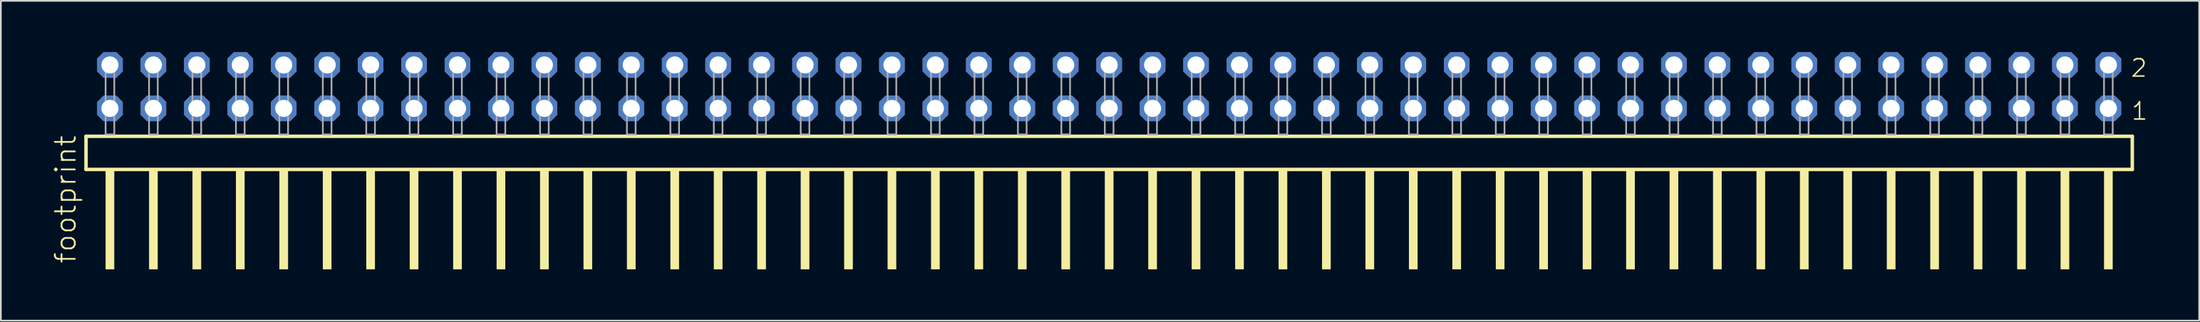
<source format=kicad_pcb>
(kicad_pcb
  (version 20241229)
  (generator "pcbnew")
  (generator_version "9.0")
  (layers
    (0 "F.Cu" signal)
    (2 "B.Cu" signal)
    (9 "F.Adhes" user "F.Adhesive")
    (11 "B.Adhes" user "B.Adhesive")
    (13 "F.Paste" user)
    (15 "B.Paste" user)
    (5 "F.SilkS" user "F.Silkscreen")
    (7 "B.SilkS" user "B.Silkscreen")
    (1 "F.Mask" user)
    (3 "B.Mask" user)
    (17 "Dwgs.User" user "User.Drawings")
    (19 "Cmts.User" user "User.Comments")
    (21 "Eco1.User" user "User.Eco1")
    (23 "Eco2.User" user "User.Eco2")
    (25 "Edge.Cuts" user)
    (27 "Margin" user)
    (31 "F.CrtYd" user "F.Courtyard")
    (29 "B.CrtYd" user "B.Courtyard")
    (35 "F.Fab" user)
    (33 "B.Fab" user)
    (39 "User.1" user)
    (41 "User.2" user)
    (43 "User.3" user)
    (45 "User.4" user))
  (footprint "footprint"
    (layer "F.Cu")
    (at 61.798 4.814)
    (property "Reference" "footprint" (at -60.325 7.62 90) (layer "F.SilkS") (effects (font (size 1.168 1.168) (thickness 0.102)) (justify left bottom)))
    (fp_line (start -59.819 0.106) (end -59.819 2.046) (stroke (width 0.203) (type solid)) (layer "F.SilkS"))
    (fp_line (start -59.819 2.046) (end 59.819 2.046) (stroke (width 0.203) (type solid)) (layer "F.SilkS"))
    (fp_line (start 59.819 0.106) (end -59.819 0.106) (stroke (width 0.203) (type solid)) (layer "F.SilkS"))
    (fp_line (start 59.819 2.046) (end 59.819 0.106) (stroke (width 0.203) (type solid)) (layer "F.SilkS"))
    (fp_poly (pts (xy -58.674 7.89) (xy -58.166 7.89) (xy -58.166 2.04) (xy -58.674 2.04)) (stroke (width 0) (type solid)) (fill yes) (layer "F.SilkS"))
    (fp_poly (pts (xy -56.134 7.89) (xy -55.626 7.89) (xy -55.626 2.04) (xy -56.134 2.04)) (stroke (width 0) (type solid)) (fill yes) (layer "F.SilkS"))
    (fp_poly (pts (xy -53.594 7.89) (xy -53.086 7.89) (xy -53.086 2.04) (xy -53.594 2.04)) (stroke (width 0) (type solid)) (fill yes) (layer "F.SilkS"))
    (fp_poly (pts (xy -51.054 7.89) (xy -50.546 7.89) (xy -50.546 2.04) (xy -51.054 2.04)) (stroke (width 0) (type solid)) (fill yes) (layer "F.SilkS"))
    (fp_poly (pts (xy -48.514 7.89) (xy -48.006 7.89) (xy -48.006 2.04) (xy -48.514 2.04)) (stroke (width 0) (type solid)) (fill yes) (layer "F.SilkS"))
    (fp_poly (pts (xy -45.974 7.89) (xy -45.466 7.89) (xy -45.466 2.04) (xy -45.974 2.04)) (stroke (width 0) (type solid)) (fill yes) (layer "F.SilkS"))
    (fp_poly (pts (xy -43.434 7.89) (xy -42.926 7.89) (xy -42.926 2.04) (xy -43.434 2.04)) (stroke (width 0) (type solid)) (fill yes) (layer "F.SilkS"))
    (fp_poly (pts (xy -40.894 7.89) (xy -40.386 7.89) (xy -40.386 2.04) (xy -40.894 2.04)) (stroke (width 0) (type solid)) (fill yes) (layer "F.SilkS"))
    (fp_poly (pts (xy -38.354 7.89) (xy -37.846 7.89) (xy -37.846 2.04) (xy -38.354 2.04)) (stroke (width 0) (type solid)) (fill yes) (layer "F.SilkS"))
    (fp_poly (pts (xy -35.814 7.89) (xy -35.306 7.89) (xy -35.306 2.04) (xy -35.814 2.04)) (stroke (width 0) (type solid)) (fill yes) (layer "F.SilkS"))
    (fp_poly (pts (xy -33.274 7.89) (xy -32.766 7.89) (xy -32.766 2.04) (xy -33.274 2.04)) (stroke (width 0) (type solid)) (fill yes) (layer "F.SilkS"))
    (fp_poly (pts (xy -30.734 7.89) (xy -30.226 7.89) (xy -30.226 2.04) (xy -30.734 2.04)) (stroke (width 0) (type solid)) (fill yes) (layer "F.SilkS"))
    (fp_poly (pts (xy -28.194 7.89) (xy -27.686 7.89) (xy -27.686 2.04) (xy -28.194 2.04)) (stroke (width 0) (type solid)) (fill yes) (layer "F.SilkS"))
    (fp_poly (pts (xy -25.654 7.89) (xy -25.146 7.89) (xy -25.146 2.04) (xy -25.654 2.04)) (stroke (width 0) (type solid)) (fill yes) (layer "F.SilkS"))
    (fp_poly (pts (xy -23.114 7.89) (xy -22.606 7.89) (xy -22.606 2.04) (xy -23.114 2.04)) (stroke (width 0) (type solid)) (fill yes) (layer "F.SilkS"))
    (fp_poly (pts (xy -20.574 7.89) (xy -20.066 7.89) (xy -20.066 2.04) (xy -20.574 2.04)) (stroke (width 0) (type solid)) (fill yes) (layer "F.SilkS"))
    (fp_poly (pts (xy -18.034 7.89) (xy -17.526 7.89) (xy -17.526 2.04) (xy -18.034 2.04)) (stroke (width 0) (type solid)) (fill yes) (layer "F.SilkS"))
    (fp_poly (pts (xy -15.494 7.89) (xy -14.986 7.89) (xy -14.986 2.04) (xy -15.494 2.04)) (stroke (width 0) (type solid)) (fill yes) (layer "F.SilkS"))
    (fp_poly (pts (xy -12.954 7.89) (xy -12.446 7.89) (xy -12.446 2.04) (xy -12.954 2.04)) (stroke (width 0) (type solid)) (fill yes) (layer "F.SilkS"))
    (fp_poly (pts (xy -10.414 7.89) (xy -9.906 7.89) (xy -9.906 2.04) (xy -10.414 2.04)) (stroke (width 0) (type solid)) (fill yes) (layer "F.SilkS"))
    (fp_poly (pts (xy -7.874 7.89) (xy -7.366 7.89) (xy -7.366 2.04) (xy -7.874 2.04)) (stroke (width 0) (type solid)) (fill yes) (layer "F.SilkS"))
    (fp_poly (pts (xy -5.334 7.89) (xy -4.826 7.89) (xy -4.826 2.04) (xy -5.334 2.04)) (stroke (width 0) (type solid)) (fill yes) (layer "F.SilkS"))
    (fp_poly (pts (xy -2.794 7.89) (xy -2.286 7.89) (xy -2.286 2.04) (xy -2.794 2.04)) (stroke (width 0) (type solid)) (fill yes) (layer "F.SilkS"))
    (fp_poly (pts (xy -0.254 7.89) (xy 0.254 7.89) (xy 0.254 2.04) (xy -0.254 2.04)) (stroke (width 0) (type solid)) (fill yes) (layer "F.SilkS"))
    (fp_poly (pts (xy 2.286 7.89) (xy 2.794 7.89) (xy 2.794 2.04) (xy 2.286 2.04)) (stroke (width 0) (type solid)) (fill yes) (layer "F.SilkS"))
    (fp_poly (pts (xy 4.826 7.89) (xy 5.334 7.89) (xy 5.334 2.04) (xy 4.826 2.04)) (stroke (width 0) (type solid)) (fill yes) (layer "F.SilkS"))
    (fp_poly (pts (xy 7.366 7.89) (xy 7.874 7.89) (xy 7.874 2.04) (xy 7.366 2.04)) (stroke (width 0) (type solid)) (fill yes) (layer "F.SilkS"))
    (fp_poly (pts (xy 9.906 7.89) (xy 10.414 7.89) (xy 10.414 2.04) (xy 9.906 2.04)) (stroke (width 0) (type solid)) (fill yes) (layer "F.SilkS"))
    (fp_poly (pts (xy 12.446 7.89) (xy 12.954 7.89) (xy 12.954 2.04) (xy 12.446 2.04)) (stroke (width 0) (type solid)) (fill yes) (layer "F.SilkS"))
    (fp_poly (pts (xy 14.986 7.89) (xy 15.494 7.89) (xy 15.494 2.04) (xy 14.986 2.04)) (stroke (width 0) (type solid)) (fill yes) (layer "F.SilkS"))
    (fp_poly (pts (xy 17.526 7.89) (xy 18.034 7.89) (xy 18.034 2.04) (xy 17.526 2.04)) (stroke (width 0) (type solid)) (fill yes) (layer "F.SilkS"))
    (fp_poly (pts (xy 20.066 7.89) (xy 20.574 7.89) (xy 20.574 2.04) (xy 20.066 2.04)) (stroke (width 0) (type solid)) (fill yes) (layer "F.SilkS"))
    (fp_poly (pts (xy 22.606 7.89) (xy 23.114 7.89) (xy 23.114 2.04) (xy 22.606 2.04)) (stroke (width 0) (type solid)) (fill yes) (layer "F.SilkS"))
    (fp_poly (pts (xy 25.146 7.89) (xy 25.654 7.89) (xy 25.654 2.04) (xy 25.146 2.04)) (stroke (width 0) (type solid)) (fill yes) (layer "F.SilkS"))
    (fp_poly (pts (xy 27.686 7.89) (xy 28.194 7.89) (xy 28.194 2.04) (xy 27.686 2.04)) (stroke (width 0) (type solid)) (fill yes) (layer "F.SilkS"))
    (fp_poly (pts (xy 30.226 7.89) (xy 30.734 7.89) (xy 30.734 2.04) (xy 30.226 2.04)) (stroke (width 0) (type solid)) (fill yes) (layer "F.SilkS"))
    (fp_poly (pts (xy 32.766 7.89) (xy 33.274 7.89) (xy 33.274 2.04) (xy 32.766 2.04)) (stroke (width 0) (type solid)) (fill yes) (layer "F.SilkS"))
    (fp_poly (pts (xy 35.306 7.89) (xy 35.814 7.89) (xy 35.814 2.04) (xy 35.306 2.04)) (stroke (width 0) (type solid)) (fill yes) (layer "F.SilkS"))
    (fp_poly (pts (xy 37.846 7.89) (xy 38.354 7.89) (xy 38.354 2.04) (xy 37.846 2.04)) (stroke (width 0) (type solid)) (fill yes) (layer "F.SilkS"))
    (fp_poly (pts (xy 40.386 7.89) (xy 40.894 7.89) (xy 40.894 2.04) (xy 40.386 2.04)) (stroke (width 0) (type solid)) (fill yes) (layer "F.SilkS"))
    (fp_poly (pts (xy 42.926 7.89) (xy 43.434 7.89) (xy 43.434 2.04) (xy 42.926 2.04)) (stroke (width 0) (type solid)) (fill yes) (layer "F.SilkS"))
    (fp_poly (pts (xy 45.466 7.89) (xy 45.974 7.89) (xy 45.974 2.04) (xy 45.466 2.04)) (stroke (width 0) (type solid)) (fill yes) (layer "F.SilkS"))
    (fp_poly (pts (xy 48.006 7.89) (xy 48.514 7.89) (xy 48.514 2.04) (xy 48.006 2.04)) (stroke (width 0) (type solid)) (fill yes) (layer "F.SilkS"))
    (fp_poly (pts (xy 50.546 7.89) (xy 51.054 7.89) (xy 51.054 2.04) (xy 50.546 2.04)) (stroke (width 0) (type solid)) (fill yes) (layer "F.SilkS"))
    (fp_poly (pts (xy 53.086 7.89) (xy 53.594 7.89) (xy 53.594 2.04) (xy 53.086 2.04)) (stroke (width 0) (type solid)) (fill yes) (layer "F.SilkS"))
    (fp_poly (pts (xy 55.626 7.89) (xy 56.134 7.89) (xy 56.134 2.04) (xy 55.626 2.04)) (stroke (width 0) (type solid)) (fill yes) (layer "F.SilkS"))
    (fp_poly (pts (xy 58.166 7.89) (xy 58.674 7.89) (xy 58.674 2.04) (xy 58.166 2.04)) (stroke (width 0) (type solid)) (fill yes) (layer "F.SilkS"))
    (fp_poly (pts (xy -58.674 0) (xy -58.166 0) (xy -58.166 -4.318) (xy -58.674 -4.318)) (stroke (width 0.1) (type solid)) (fill no) (layer "F.Fab"))
    (fp_poly (pts (xy -56.134 0) (xy -55.626 0) (xy -55.626 -4.318) (xy -56.134 -4.318)) (stroke (width 0.1) (type solid)) (fill no) (layer "F.Fab"))
    (fp_poly (pts (xy -53.594 0) (xy -53.086 0) (xy -53.086 -4.318) (xy -53.594 -4.318)) (stroke (width 0.1) (type solid)) (fill no) (layer "F.Fab"))
    (fp_poly (pts (xy -51.054 0) (xy -50.546 0) (xy -50.546 -4.318) (xy -51.054 -4.318)) (stroke (width 0.1) (type solid)) (fill no) (layer "F.Fab"))
    (fp_poly (pts (xy -48.514 0) (xy -48.006 0) (xy -48.006 -4.318) (xy -48.514 -4.318)) (stroke (width 0.1) (type solid)) (fill no) (layer "F.Fab"))
    (fp_poly (pts (xy -45.974 0) (xy -45.466 0) (xy -45.466 -4.318) (xy -45.974 -4.318)) (stroke (width 0.1) (type solid)) (fill no) (layer "F.Fab"))
    (fp_poly (pts (xy -43.434 0) (xy -42.926 0) (xy -42.926 -4.318) (xy -43.434 -4.318)) (stroke (width 0.1) (type solid)) (fill no) (layer "F.Fab"))
    (fp_poly (pts (xy -40.894 0) (xy -40.386 0) (xy -40.386 -4.318) (xy -40.894 -4.318)) (stroke (width 0.1) (type solid)) (fill no) (layer "F.Fab"))
    (fp_poly (pts (xy -38.354 0) (xy -37.846 0) (xy -37.846 -4.318) (xy -38.354 -4.318)) (stroke (width 0.1) (type solid)) (fill no) (layer "F.Fab"))
    (fp_poly (pts (xy -35.814 0) (xy -35.306 0) (xy -35.306 -4.318) (xy -35.814 -4.318)) (stroke (width 0.1) (type solid)) (fill no) (layer "F.Fab"))
    (fp_poly (pts (xy -33.274 0) (xy -32.766 0) (xy -32.766 -4.318) (xy -33.274 -4.318)) (stroke (width 0.1) (type solid)) (fill no) (layer "F.Fab"))
    (fp_poly (pts (xy -30.734 0) (xy -30.226 0) (xy -30.226 -4.318) (xy -30.734 -4.318)) (stroke (width 0.1) (type solid)) (fill no) (layer "F.Fab"))
    (fp_poly (pts (xy -28.194 0) (xy -27.686 0) (xy -27.686 -4.318) (xy -28.194 -4.318)) (stroke (width 0.1) (type solid)) (fill no) (layer "F.Fab"))
    (fp_poly (pts (xy -25.654 0) (xy -25.146 0) (xy -25.146 -4.318) (xy -25.654 -4.318)) (stroke (width 0.1) (type solid)) (fill no) (layer "F.Fab"))
    (fp_poly (pts (xy -23.114 0) (xy -22.606 0) (xy -22.606 -4.318) (xy -23.114 -4.318)) (stroke (width 0.1) (type solid)) (fill no) (layer "F.Fab"))
    (fp_poly (pts (xy -20.574 0) (xy -20.066 0) (xy -20.066 -4.318) (xy -20.574 -4.318)) (stroke (width 0.1) (type solid)) (fill no) (layer "F.Fab"))
    (fp_poly (pts (xy -18.034 0) (xy -17.526 0) (xy -17.526 -4.318) (xy -18.034 -4.318)) (stroke (width 0.1) (type solid)) (fill no) (layer "F.Fab"))
    (fp_poly (pts (xy -15.494 0) (xy -14.986 0) (xy -14.986 -4.318) (xy -15.494 -4.318)) (stroke (width 0.1) (type solid)) (fill no) (layer "F.Fab"))
    (fp_poly (pts (xy -12.954 0) (xy -12.446 0) (xy -12.446 -4.318) (xy -12.954 -4.318)) (stroke (width 0.1) (type solid)) (fill no) (layer "F.Fab"))
    (fp_poly (pts (xy -10.414 0) (xy -9.906 0) (xy -9.906 -4.318) (xy -10.414 -4.318)) (stroke (width 0.1) (type solid)) (fill no) (layer "F.Fab"))
    (fp_poly (pts (xy -7.874 0) (xy -7.366 0) (xy -7.366 -4.318) (xy -7.874 -4.318)) (stroke (width 0.1) (type solid)) (fill no) (layer "F.Fab"))
    (fp_poly (pts (xy -5.334 0) (xy -4.826 0) (xy -4.826 -4.318) (xy -5.334 -4.318)) (stroke (width 0.1) (type solid)) (fill no) (layer "F.Fab"))
    (fp_poly (pts (xy -2.794 0) (xy -2.286 0) (xy -2.286 -4.318) (xy -2.794 -4.318)) (stroke (width 0.1) (type solid)) (fill no) (layer "F.Fab"))
    (fp_poly (pts (xy -0.254 0) (xy 0.254 0) (xy 0.254 -4.318) (xy -0.254 -4.318)) (stroke (width 0.1) (type solid)) (fill no) (layer "F.Fab"))
    (fp_poly (pts (xy 2.286 0) (xy 2.794 0) (xy 2.794 -4.318) (xy 2.286 -4.318)) (stroke (width 0.1) (type solid)) (fill no) (layer "F.Fab"))
    (fp_poly (pts (xy 4.826 0) (xy 5.334 0) (xy 5.334 -4.318) (xy 4.826 -4.318)) (stroke (width 0.1) (type solid)) (fill no) (layer "F.Fab"))
    (fp_poly (pts (xy 7.366 0) (xy 7.874 0) (xy 7.874 -4.318) (xy 7.366 -4.318)) (stroke (width 0.1) (type solid)) (fill no) (layer "F.Fab"))
    (fp_poly (pts (xy 9.906 0) (xy 10.414 0) (xy 10.414 -4.318) (xy 9.906 -4.318)) (stroke (width 0.1) (type solid)) (fill no) (layer "F.Fab"))
    (fp_poly (pts (xy 12.446 0) (xy 12.954 0) (xy 12.954 -4.318) (xy 12.446 -4.318)) (stroke (width 0.1) (type solid)) (fill no) (layer "F.Fab"))
    (fp_poly (pts (xy 14.986 0) (xy 15.494 0) (xy 15.494 -4.318) (xy 14.986 -4.318)) (stroke (width 0.1) (type solid)) (fill no) (layer "F.Fab"))
    (fp_poly (pts (xy 17.526 0) (xy 18.034 0) (xy 18.034 -4.318) (xy 17.526 -4.318)) (stroke (width 0.1) (type solid)) (fill no) (layer "F.Fab"))
    (fp_poly (pts (xy 20.066 0) (xy 20.574 0) (xy 20.574 -4.318) (xy 20.066 -4.318)) (stroke (width 0.1) (type solid)) (fill no) (layer "F.Fab"))
    (fp_poly (pts (xy 22.606 0) (xy 23.114 0) (xy 23.114 -4.318) (xy 22.606 -4.318)) (stroke (width 0.1) (type solid)) (fill no) (layer "F.Fab"))
    (fp_poly (pts (xy 25.146 0) (xy 25.654 0) (xy 25.654 -4.318) (xy 25.146 -4.318)) (stroke (width 0.1) (type solid)) (fill no) (layer "F.Fab"))
    (fp_poly (pts (xy 27.686 0) (xy 28.194 0) (xy 28.194 -4.318) (xy 27.686 -4.318)) (stroke (width 0.1) (type solid)) (fill no) (layer "F.Fab"))
    (fp_poly (pts (xy 30.226 0) (xy 30.734 0) (xy 30.734 -4.318) (xy 30.226 -4.318)) (stroke (width 0.1) (type solid)) (fill no) (layer "F.Fab"))
    (fp_poly (pts (xy 32.766 0) (xy 33.274 0) (xy 33.274 -4.318) (xy 32.766 -4.318)) (stroke (width 0.1) (type solid)) (fill no) (layer "F.Fab"))
    (fp_poly (pts (xy 35.306 0) (xy 35.814 0) (xy 35.814 -4.318) (xy 35.306 -4.318)) (stroke (width 0.1) (type solid)) (fill no) (layer "F.Fab"))
    (fp_poly (pts (xy 37.846 0) (xy 38.354 0) (xy 38.354 -4.318) (xy 37.846 -4.318)) (stroke (width 0.1) (type solid)) (fill no) (layer "F.Fab"))
    (fp_poly (pts (xy 40.386 0) (xy 40.894 0) (xy 40.894 -4.318) (xy 40.386 -4.318)) (stroke (width 0.1) (type solid)) (fill no) (layer "F.Fab"))
    (fp_poly (pts (xy 42.926 0) (xy 43.434 0) (xy 43.434 -4.318) (xy 42.926 -4.318)) (stroke (width 0.1) (type solid)) (fill no) (layer "F.Fab"))
    (fp_poly (pts (xy 45.466 0) (xy 45.974 0) (xy 45.974 -4.318) (xy 45.466 -4.318)) (stroke (width 0.1) (type solid)) (fill no) (layer "F.Fab"))
    (fp_poly (pts (xy 48.006 0) (xy 48.514 0) (xy 48.514 -4.318) (xy 48.006 -4.318)) (stroke (width 0.1) (type solid)) (fill no) (layer "F.Fab"))
    (fp_poly (pts (xy 50.546 0) (xy 51.054 0) (xy 51.054 -4.318) (xy 50.546 -4.318)) (stroke (width 0.1) (type solid)) (fill no) (layer "F.Fab"))
    (fp_poly (pts (xy 53.086 0) (xy 53.594 0) (xy 53.594 -4.318) (xy 53.086 -4.318)) (stroke (width 0.1) (type solid)) (fill no) (layer "F.Fab"))
    (fp_poly (pts (xy 55.626 0) (xy 56.134 0) (xy 56.134 -4.318) (xy 55.626 -4.318)) (stroke (width 0.1) (type solid)) (fill no) (layer "F.Fab"))
    (fp_poly (pts (xy 58.166 0) (xy 58.674 0) (xy 58.674 -4.318) (xy 58.166 -4.318)) (stroke (width 0.1) (type solid)) (fill no) (layer "F.Fab"))
    (fp_text user "1" (at 59.705 -0.775 0) (layer "F.SilkS") (effects (font (size 1.012 1.012) (thickness 0.088)) (justify left bottom)))
    (fp_text user "2" (at 59.67 -3.29 0) (layer "F.SilkS") (effects (font (size 1.012 1.012) (thickness 0.088)) (justify left bottom)))
    (pad "1" thru_hole roundrect (at 58.42 -1.524 180) (size 1.5 1.5) (drill 1) (layers "*.Cu" "*.Mask") (roundrect_rratio 0.25) (chamfer_ratio 0.25) (chamfer top_left top_right bottom_left bottom_right))
    (pad "2" thru_hole roundrect (at 58.42 -4.064 180) (size 1.5 1.5) (drill 1) (layers "*.Cu" "*.Mask") (roundrect_rratio 0.25) (chamfer_ratio 0.25) (chamfer top_left top_right bottom_left bottom_right))
    (pad "3" thru_hole roundrect (at 55.88 -1.524 180) (size 1.5 1.5) (drill 1) (layers "*.Cu" "*.Mask") (roundrect_rratio 0.25) (chamfer_ratio 0.25) (chamfer top_left top_right bottom_left bottom_right))
    (pad "4" thru_hole roundrect (at 55.88 -4.064 180) (size 1.5 1.5) (drill 1) (layers "*.Cu" "*.Mask") (roundrect_rratio 0.25) (chamfer_ratio 0.25) (chamfer top_left top_right bottom_left bottom_right))
    (pad "5" thru_hole roundrect (at 53.34 -1.524 180) (size 1.5 1.5) (drill 1) (layers "*.Cu" "*.Mask") (roundrect_rratio 0.25) (chamfer_ratio 0.25) (chamfer top_left top_right bottom_left bottom_right))
    (pad "6" thru_hole roundrect (at 53.34 -4.064 180) (size 1.5 1.5) (drill 1) (layers "*.Cu" "*.Mask") (roundrect_rratio 0.25) (chamfer_ratio 0.25) (chamfer top_left top_right bottom_left bottom_right))
    (pad "7" thru_hole roundrect (at 50.8 -1.524 180) (size 1.5 1.5) (drill 1) (layers "*.Cu" "*.Mask") (roundrect_rratio 0.25) (chamfer_ratio 0.25) (chamfer top_left top_right bottom_left bottom_right))
    (pad "8" thru_hole roundrect (at 50.8 -4.064 180) (size 1.5 1.5) (drill 1) (layers "*.Cu" "*.Mask") (roundrect_rratio 0.25) (chamfer_ratio 0.25) (chamfer top_left top_right bottom_left bottom_right))
    (pad "9" thru_hole roundrect (at 48.26 -1.524 180) (size 1.5 1.5) (drill 1) (layers "*.Cu" "*.Mask") (roundrect_rratio 0.25) (chamfer_ratio 0.25) (chamfer top_left top_right bottom_left bottom_right))
    (pad "10" thru_hole roundrect (at 48.26 -4.064 180) (size 1.5 1.5) (drill 1) (layers "*.Cu" "*.Mask") (roundrect_rratio 0.25) (chamfer_ratio 0.25) (chamfer top_left top_right bottom_left bottom_right))
    (pad "11" thru_hole roundrect (at 45.72 -1.524 180) (size 1.5 1.5) (drill 1) (layers "*.Cu" "*.Mask") (roundrect_rratio 0.25) (chamfer_ratio 0.25) (chamfer top_left top_right bottom_left bottom_right))
    (pad "12" thru_hole roundrect (at 45.72 -4.064 180) (size 1.5 1.5) (drill 1) (layers "*.Cu" "*.Mask") (roundrect_rratio 0.25) (chamfer_ratio 0.25) (chamfer top_left top_right bottom_left bottom_right))
    (pad "13" thru_hole roundrect (at 43.18 -1.524 180) (size 1.5 1.5) (drill 1) (layers "*.Cu" "*.Mask") (roundrect_rratio 0.25) (chamfer_ratio 0.25) (chamfer top_left top_right bottom_left bottom_right))
    (pad "14" thru_hole roundrect (at 43.18 -4.064 180) (size 1.5 1.5) (drill 1) (layers "*.Cu" "*.Mask") (roundrect_rratio 0.25) (chamfer_ratio 0.25) (chamfer top_left top_right bottom_left bottom_right))
    (pad "15" thru_hole roundrect (at 40.64 -1.524 180) (size 1.5 1.5) (drill 1) (layers "*.Cu" "*.Mask") (roundrect_rratio 0.25) (chamfer_ratio 0.25) (chamfer top_left top_right bottom_left bottom_right))
    (pad "16" thru_hole roundrect (at 40.64 -4.064 180) (size 1.5 1.5) (drill 1) (layers "*.Cu" "*.Mask") (roundrect_rratio 0.25) (chamfer_ratio 0.25) (chamfer top_left top_right bottom_left bottom_right))
    (pad "17" thru_hole roundrect (at 38.1 -1.524 180) (size 1.5 1.5) (drill 1) (layers "*.Cu" "*.Mask") (roundrect_rratio 0.25) (chamfer_ratio 0.25) (chamfer top_left top_right bottom_left bottom_right))
    (pad "18" thru_hole roundrect (at 38.1 -4.064 180) (size 1.5 1.5) (drill 1) (layers "*.Cu" "*.Mask") (roundrect_rratio 0.25) (chamfer_ratio 0.25) (chamfer top_left top_right bottom_left bottom_right))
    (pad "19" thru_hole roundrect (at 35.56 -1.524 180) (size 1.5 1.5) (drill 1) (layers "*.Cu" "*.Mask") (roundrect_rratio 0.25) (chamfer_ratio 0.25) (chamfer top_left top_right bottom_left bottom_right))
    (pad "20" thru_hole roundrect (at 35.56 -4.064 180) (size 1.5 1.5) (drill 1) (layers "*.Cu" "*.Mask") (roundrect_rratio 0.25) (chamfer_ratio 0.25) (chamfer top_left top_right bottom_left bottom_right))
    (pad "21" thru_hole roundrect (at 33.02 -1.524 180) (size 1.5 1.5) (drill 1) (layers "*.Cu" "*.Mask") (roundrect_rratio 0.25) (chamfer_ratio 0.25) (chamfer top_left top_right bottom_left bottom_right))
    (pad "22" thru_hole roundrect (at 33.02 -4.064 180) (size 1.5 1.5) (drill 1) (layers "*.Cu" "*.Mask") (roundrect_rratio 0.25) (chamfer_ratio 0.25) (chamfer top_left top_right bottom_left bottom_right))
    (pad "23" thru_hole roundrect (at 30.48 -1.524 180) (size 1.5 1.5) (drill 1) (layers "*.Cu" "*.Mask") (roundrect_rratio 0.25) (chamfer_ratio 0.25) (chamfer top_left top_right bottom_left bottom_right))
    (pad "24" thru_hole roundrect (at 30.48 -4.064 180) (size 1.5 1.5) (drill 1) (layers "*.Cu" "*.Mask") (roundrect_rratio 0.25) (chamfer_ratio 0.25) (chamfer top_left top_right bottom_left bottom_right))
    (pad "25" thru_hole roundrect (at 27.94 -1.524 180) (size 1.5 1.5) (drill 1) (layers "*.Cu" "*.Mask") (roundrect_rratio 0.25) (chamfer_ratio 0.25) (chamfer top_left top_right bottom_left bottom_right))
    (pad "26" thru_hole roundrect (at 27.94 -4.064 180) (size 1.5 1.5) (drill 1) (layers "*.Cu" "*.Mask") (roundrect_rratio 0.25) (chamfer_ratio 0.25) (chamfer top_left top_right bottom_left bottom_right))
    (pad "27" thru_hole roundrect (at 25.4 -1.524 180) (size 1.5 1.5) (drill 1) (layers "*.Cu" "*.Mask") (roundrect_rratio 0.25) (chamfer_ratio 0.25) (chamfer top_left top_right bottom_left bottom_right))
    (pad "28" thru_hole roundrect (at 25.4 -4.064 180) (size 1.5 1.5) (drill 1) (layers "*.Cu" "*.Mask") (roundrect_rratio 0.25) (chamfer_ratio 0.25) (chamfer top_left top_right bottom_left bottom_right))
    (pad "29" thru_hole roundrect (at 22.86 -1.524 180) (size 1.5 1.5) (drill 1) (layers "*.Cu" "*.Mask") (roundrect_rratio 0.25) (chamfer_ratio 0.25) (chamfer top_left top_right bottom_left bottom_right))
    (pad "30" thru_hole roundrect (at 22.86 -4.064 180) (size 1.5 1.5) (drill 1) (layers "*.Cu" "*.Mask") (roundrect_rratio 0.25) (chamfer_ratio 0.25) (chamfer top_left top_right bottom_left bottom_right))
    (pad "31" thru_hole roundrect (at 20.32 -1.524 180) (size 1.5 1.5) (drill 1) (layers "*.Cu" "*.Mask") (roundrect_rratio 0.25) (chamfer_ratio 0.25) (chamfer top_left top_right bottom_left bottom_right))
    (pad "32" thru_hole roundrect (at 20.32 -4.064 180) (size 1.5 1.5) (drill 1) (layers "*.Cu" "*.Mask") (roundrect_rratio 0.25) (chamfer_ratio 0.25) (chamfer top_left top_right bottom_left bottom_right))
    (pad "33" thru_hole roundrect (at 17.78 -1.524 180) (size 1.5 1.5) (drill 1) (layers "*.Cu" "*.Mask") (roundrect_rratio 0.25) (chamfer_ratio 0.25) (chamfer top_left top_right bottom_left bottom_right))
    (pad "34" thru_hole roundrect (at 17.78 -4.064 180) (size 1.5 1.5) (drill 1) (layers "*.Cu" "*.Mask") (roundrect_rratio 0.25) (chamfer_ratio 0.25) (chamfer top_left top_right bottom_left bottom_right))
    (pad "35" thru_hole roundrect (at 15.24 -1.524 180) (size 1.5 1.5) (drill 1) (layers "*.Cu" "*.Mask") (roundrect_rratio 0.25) (chamfer_ratio 0.25) (chamfer top_left top_right bottom_left bottom_right))
    (pad "36" thru_hole roundrect (at 15.24 -4.064 180) (size 1.5 1.5) (drill 1) (layers "*.Cu" "*.Mask") (roundrect_rratio 0.25) (chamfer_ratio 0.25) (chamfer top_left top_right bottom_left bottom_right))
    (pad "37" thru_hole roundrect (at 12.7 -1.524 180) (size 1.5 1.5) (drill 1) (layers "*.Cu" "*.Mask") (roundrect_rratio 0.25) (chamfer_ratio 0.25) (chamfer top_left top_right bottom_left bottom_right))
    (pad "38" thru_hole roundrect (at 12.7 -4.064 180) (size 1.5 1.5) (drill 1) (layers "*.Cu" "*.Mask") (roundrect_rratio 0.25) (chamfer_ratio 0.25) (chamfer top_left top_right bottom_left bottom_right))
    (pad "39" thru_hole roundrect (at 10.16 -1.524 180) (size 1.5 1.5) (drill 1) (layers "*.Cu" "*.Mask") (roundrect_rratio 0.25) (chamfer_ratio 0.25) (chamfer top_left top_right bottom_left bottom_right))
    (pad "40" thru_hole roundrect (at 10.16 -4.064 180) (size 1.5 1.5) (drill 1) (layers "*.Cu" "*.Mask") (roundrect_rratio 0.25) (chamfer_ratio 0.25) (chamfer top_left top_right bottom_left bottom_right))
    (pad "41" thru_hole roundrect (at 7.62 -1.524 180) (size 1.5 1.5) (drill 1) (layers "*.Cu" "*.Mask") (roundrect_rratio 0.25) (chamfer_ratio 0.25) (chamfer top_left top_right bottom_left bottom_right))
    (pad "42" thru_hole roundrect (at 7.62 -4.064 180) (size 1.5 1.5) (drill 1) (layers "*.Cu" "*.Mask") (roundrect_rratio 0.25) (chamfer_ratio 0.25) (chamfer top_left top_right bottom_left bottom_right))
    (pad "43" thru_hole roundrect (at 5.08 -1.524 180) (size 1.5 1.5) (drill 1) (layers "*.Cu" "*.Mask") (roundrect_rratio 0.25) (chamfer_ratio 0.25) (chamfer top_left top_right bottom_left bottom_right))
    (pad "44" thru_hole roundrect (at 5.08 -4.064 180) (size 1.5 1.5) (drill 1) (layers "*.Cu" "*.Mask") (roundrect_rratio 0.25) (chamfer_ratio 0.25) (chamfer top_left top_right bottom_left bottom_right))
    (pad "45" thru_hole roundrect (at 2.54 -1.524 180) (size 1.5 1.5) (drill 1) (layers "*.Cu" "*.Mask") (roundrect_rratio 0.25) (chamfer_ratio 0.25) (chamfer top_left top_right bottom_left bottom_right))
    (pad "46" thru_hole roundrect (at 2.54 -4.064 180) (size 1.5 1.5) (drill 1) (layers "*.Cu" "*.Mask") (roundrect_rratio 0.25) (chamfer_ratio 0.25) (chamfer top_left top_right bottom_left bottom_right))
    (pad "47" thru_hole roundrect (at 0 -1.524 180) (size 1.5 1.5) (drill 1) (layers "*.Cu" "*.Mask") (roundrect_rratio 0.25) (chamfer_ratio 0.25) (chamfer top_left top_right bottom_left bottom_right))
    (pad "48" thru_hole roundrect (at 0 -4.064 180) (size 1.5 1.5) (drill 1) (layers "*.Cu" "*.Mask") (roundrect_rratio 0.25) (chamfer_ratio 0.25) (chamfer top_left top_right bottom_left bottom_right))
    (pad "49" thru_hole roundrect (at -2.54 -1.524 180) (size 1.5 1.5) (drill 1) (layers "*.Cu" "*.Mask") (roundrect_rratio 0.25) (chamfer_ratio 0.25) (chamfer top_left top_right bottom_left bottom_right))
    (pad "50" thru_hole roundrect (at -2.54 -4.064 180) (size 1.5 1.5) (drill 1) (layers "*.Cu" "*.Mask") (roundrect_rratio 0.25) (chamfer_ratio 0.25) (chamfer top_left top_right bottom_left bottom_right))
    (pad "51" thru_hole roundrect (at -5.08 -1.524 180) (size 1.5 1.5) (drill 1) (layers "*.Cu" "*.Mask") (roundrect_rratio 0.25) (chamfer_ratio 0.25) (chamfer top_left top_right bottom_left bottom_right))
    (pad "52" thru_hole roundrect (at -5.08 -4.064 180) (size 1.5 1.5) (drill 1) (layers "*.Cu" "*.Mask") (roundrect_rratio 0.25) (chamfer_ratio 0.25) (chamfer top_left top_right bottom_left bottom_right))
    (pad "53" thru_hole roundrect (at -7.62 -1.524 180) (size 1.5 1.5) (drill 1) (layers "*.Cu" "*.Mask") (roundrect_rratio 0.25) (chamfer_ratio 0.25) (chamfer top_left top_right bottom_left bottom_right))
    (pad "54" thru_hole roundrect (at -7.62 -4.064 180) (size 1.5 1.5) (drill 1) (layers "*.Cu" "*.Mask") (roundrect_rratio 0.25) (chamfer_ratio 0.25) (chamfer top_left top_right bottom_left bottom_right))
    (pad "55" thru_hole roundrect (at -10.16 -1.524 180) (size 1.5 1.5) (drill 1) (layers "*.Cu" "*.Mask") (roundrect_rratio 0.25) (chamfer_ratio 0.25) (chamfer top_left top_right bottom_left bottom_right))
    (pad "56" thru_hole roundrect (at -10.16 -4.064 180) (size 1.5 1.5) (drill 1) (layers "*.Cu" "*.Mask") (roundrect_rratio 0.25) (chamfer_ratio 0.25) (chamfer top_left top_right bottom_left bottom_right))
    (pad "57" thru_hole roundrect (at -12.7 -1.524 180) (size 1.5 1.5) (drill 1) (layers "*.Cu" "*.Mask") (roundrect_rratio 0.25) (chamfer_ratio 0.25) (chamfer top_left top_right bottom_left bottom_right))
    (pad "58" thru_hole roundrect (at -12.7 -4.064 180) (size 1.5 1.5) (drill 1) (layers "*.Cu" "*.Mask") (roundrect_rratio 0.25) (chamfer_ratio 0.25) (chamfer top_left top_right bottom_left bottom_right))
    (pad "59" thru_hole roundrect (at -15.24 -1.524 180) (size 1.5 1.5) (drill 1) (layers "*.Cu" "*.Mask") (roundrect_rratio 0.25) (chamfer_ratio 0.25) (chamfer top_left top_right bottom_left bottom_right))
    (pad "60" thru_hole roundrect (at -15.24 -4.064 180) (size 1.5 1.5) (drill 1) (layers "*.Cu" "*.Mask") (roundrect_rratio 0.25) (chamfer_ratio 0.25) (chamfer top_left top_right bottom_left bottom_right))
    (pad "61" thru_hole roundrect (at -17.78 -1.524 180) (size 1.5 1.5) (drill 1) (layers "*.Cu" "*.Mask") (roundrect_rratio 0.25) (chamfer_ratio 0.25) (chamfer top_left top_right bottom_left bottom_right))
    (pad "62" thru_hole roundrect (at -17.78 -4.064 180) (size 1.5 1.5) (drill 1) (layers "*.Cu" "*.Mask") (roundrect_rratio 0.25) (chamfer_ratio 0.25) (chamfer top_left top_right bottom_left bottom_right))
    (pad "63" thru_hole roundrect (at -20.32 -1.524 180) (size 1.5 1.5) (drill 1) (layers "*.Cu" "*.Mask") (roundrect_rratio 0.25) (chamfer_ratio 0.25) (chamfer top_left top_right bottom_left bottom_right))
    (pad "64" thru_hole roundrect (at -20.32 -4.064 180) (size 1.5 1.5) (drill 1) (layers "*.Cu" "*.Mask") (roundrect_rratio 0.25) (chamfer_ratio 0.25) (chamfer top_left top_right bottom_left bottom_right))
    (pad "65" thru_hole roundrect (at -22.86 -1.524 180) (size 1.5 1.5) (drill 1) (layers "*.Cu" "*.Mask") (roundrect_rratio 0.25) (chamfer_ratio 0.25) (chamfer top_left top_right bottom_left bottom_right))
    (pad "66" thru_hole roundrect (at -22.86 -4.064 180) (size 1.5 1.5) (drill 1) (layers "*.Cu" "*.Mask") (roundrect_rratio 0.25) (chamfer_ratio 0.25) (chamfer top_left top_right bottom_left bottom_right))
    (pad "67" thru_hole roundrect (at -25.4 -1.524 180) (size 1.5 1.5) (drill 1) (layers "*.Cu" "*.Mask") (roundrect_rratio 0.25) (chamfer_ratio 0.25) (chamfer top_left top_right bottom_left bottom_right))
    (pad "68" thru_hole roundrect (at -25.4 -4.064 180) (size 1.5 1.5) (drill 1) (layers "*.Cu" "*.Mask") (roundrect_rratio 0.25) (chamfer_ratio 0.25) (chamfer top_left top_right bottom_left bottom_right))
    (pad "69" thru_hole roundrect (at -27.94 -1.524 180) (size 1.5 1.5) (drill 1) (layers "*.Cu" "*.Mask") (roundrect_rratio 0.25) (chamfer_ratio 0.25) (chamfer top_left top_right bottom_left bottom_right))
    (pad "70" thru_hole roundrect (at -27.94 -4.064 180) (size 1.5 1.5) (drill 1) (layers "*.Cu" "*.Mask") (roundrect_rratio 0.25) (chamfer_ratio 0.25) (chamfer top_left top_right bottom_left bottom_right))
    (pad "71" thru_hole roundrect (at -30.48 -1.524 180) (size 1.5 1.5) (drill 1) (layers "*.Cu" "*.Mask") (roundrect_rratio 0.25) (chamfer_ratio 0.25) (chamfer top_left top_right bottom_left bottom_right))
    (pad "72" thru_hole roundrect (at -30.48 -4.064 180) (size 1.5 1.5) (drill 1) (layers "*.Cu" "*.Mask") (roundrect_rratio 0.25) (chamfer_ratio 0.25) (chamfer top_left top_right bottom_left bottom_right))
    (pad "73" thru_hole roundrect (at -33.02 -1.524 180) (size 1.5 1.5) (drill 1) (layers "*.Cu" "*.Mask") (roundrect_rratio 0.25) (chamfer_ratio 0.25) (chamfer top_left top_right bottom_left bottom_right))
    (pad "74" thru_hole roundrect (at -33.02 -4.064 180) (size 1.5 1.5) (drill 1) (layers "*.Cu" "*.Mask") (roundrect_rratio 0.25) (chamfer_ratio 0.25) (chamfer top_left top_right bottom_left bottom_right))
    (pad "75" thru_hole roundrect (at -35.56 -1.524 180) (size 1.5 1.5) (drill 1) (layers "*.Cu" "*.Mask") (roundrect_rratio 0.25) (chamfer_ratio 0.25) (chamfer top_left top_right bottom_left bottom_right))
    (pad "76" thru_hole roundrect (at -35.56 -4.064 180) (size 1.5 1.5) (drill 1) (layers "*.Cu" "*.Mask") (roundrect_rratio 0.25) (chamfer_ratio 0.25) (chamfer top_left top_right bottom_left bottom_right))
    (pad "77" thru_hole roundrect (at -38.1 -1.524 180) (size 1.5 1.5) (drill 1) (layers "*.Cu" "*.Mask") (roundrect_rratio 0.25) (chamfer_ratio 0.25) (chamfer top_left top_right bottom_left bottom_right))
    (pad "78" thru_hole roundrect (at -38.1 -4.064 180) (size 1.5 1.5) (drill 1) (layers "*.Cu" "*.Mask") (roundrect_rratio 0.25) (chamfer_ratio 0.25) (chamfer top_left top_right bottom_left bottom_right))
    (pad "79" thru_hole roundrect (at -40.64 -1.524 180) (size 1.5 1.5) (drill 1) (layers "*.Cu" "*.Mask") (roundrect_rratio 0.25) (chamfer_ratio 0.25) (chamfer top_left top_right bottom_left bottom_right))
    (pad "80" thru_hole roundrect (at -40.64 -4.064 180) (size 1.5 1.5) (drill 1) (layers "*.Cu" "*.Mask") (roundrect_rratio 0.25) (chamfer_ratio 0.25) (chamfer top_left top_right bottom_left bottom_right))
    (pad "81" thru_hole roundrect (at -43.18 -1.524 180) (size 1.5 1.5) (drill 1) (layers "*.Cu" "*.Mask") (roundrect_rratio 0.25) (chamfer_ratio 0.25) (chamfer top_left top_right bottom_left bottom_right))
    (pad "82" thru_hole roundrect (at -43.18 -4.064 180) (size 1.5 1.5) (drill 1) (layers "*.Cu" "*.Mask") (roundrect_rratio 0.25) (chamfer_ratio 0.25) (chamfer top_left top_right bottom_left bottom_right))
    (pad "83" thru_hole roundrect (at -45.72 -1.524 180) (size 1.5 1.5) (drill 1) (layers "*.Cu" "*.Mask") (roundrect_rratio 0.25) (chamfer_ratio 0.25) (chamfer top_left top_right bottom_left bottom_right))
    (pad "84" thru_hole roundrect (at -45.72 -4.064 180) (size 1.5 1.5) (drill 1) (layers "*.Cu" "*.Mask") (roundrect_rratio 0.25) (chamfer_ratio 0.25) (chamfer top_left top_right bottom_left bottom_right))
    (pad "85" thru_hole roundrect (at -48.26 -1.524 180) (size 1.5 1.5) (drill 1) (layers "*.Cu" "*.Mask") (roundrect_rratio 0.25) (chamfer_ratio 0.25) (chamfer top_left top_right bottom_left bottom_right))
    (pad "86" thru_hole roundrect (at -48.26 -4.064 180) (size 1.5 1.5) (drill 1) (layers "*.Cu" "*.Mask") (roundrect_rratio 0.25) (chamfer_ratio 0.25) (chamfer top_left top_right bottom_left bottom_right))
    (pad "87" thru_hole roundrect (at -50.8 -1.524 180) (size 1.5 1.5) (drill 1) (layers "*.Cu" "*.Mask") (roundrect_rratio 0.25) (chamfer_ratio 0.25) (chamfer top_left top_right bottom_left bottom_right))
    (pad "88" thru_hole roundrect (at -50.8 -4.064 180) (size 1.5 1.5) (drill 1) (layers "*.Cu" "*.Mask") (roundrect_rratio 0.25) (chamfer_ratio 0.25) (chamfer top_left top_right bottom_left bottom_right))
    (pad "89" thru_hole roundrect (at -53.34 -1.524 180) (size 1.5 1.5) (drill 1) (layers "*.Cu" "*.Mask") (roundrect_rratio 0.25) (chamfer_ratio 0.25) (chamfer top_left top_right bottom_left bottom_right))
    (pad "90" thru_hole roundrect (at -53.34 -4.064 180) (size 1.5 1.5) (drill 1) (layers "*.Cu" "*.Mask") (roundrect_rratio 0.25) (chamfer_ratio 0.25) (chamfer top_left top_right bottom_left bottom_right))
    (pad "91" thru_hole roundrect (at -55.88 -1.524 180) (size 1.5 1.5) (drill 1) (layers "*.Cu" "*.Mask") (roundrect_rratio 0.25) (chamfer_ratio 0.25) (chamfer top_left top_right bottom_left bottom_right))
    (pad "92" thru_hole roundrect (at -55.88 -4.064 180) (size 1.5 1.5) (drill 1) (layers "*.Cu" "*.Mask") (roundrect_rratio 0.25) (chamfer_ratio 0.25) (chamfer top_left top_right bottom_left bottom_right))
    (pad "93" thru_hole roundrect (at -58.42 -1.524 180) (size 1.5 1.5) (drill 1) (layers "*.Cu" "*.Mask") (roundrect_rratio 0.25) (chamfer_ratio 0.25) (chamfer top_left top_right bottom_left bottom_right))
    (pad "94" thru_hole roundrect (at -58.42 -4.064 180) (size 1.5 1.5) (drill 1) (layers "*.Cu" "*.Mask") (roundrect_rratio 0.25) (chamfer_ratio 0.25) (chamfer top_left top_right bottom_left bottom_right)))
  (gr_rect
    (start -3 -3)
    (end 125.529 15.704)
    (stroke (width 0.1) (type default))
    (fill no)
    (layer "Edge.Cuts")))
</source>
